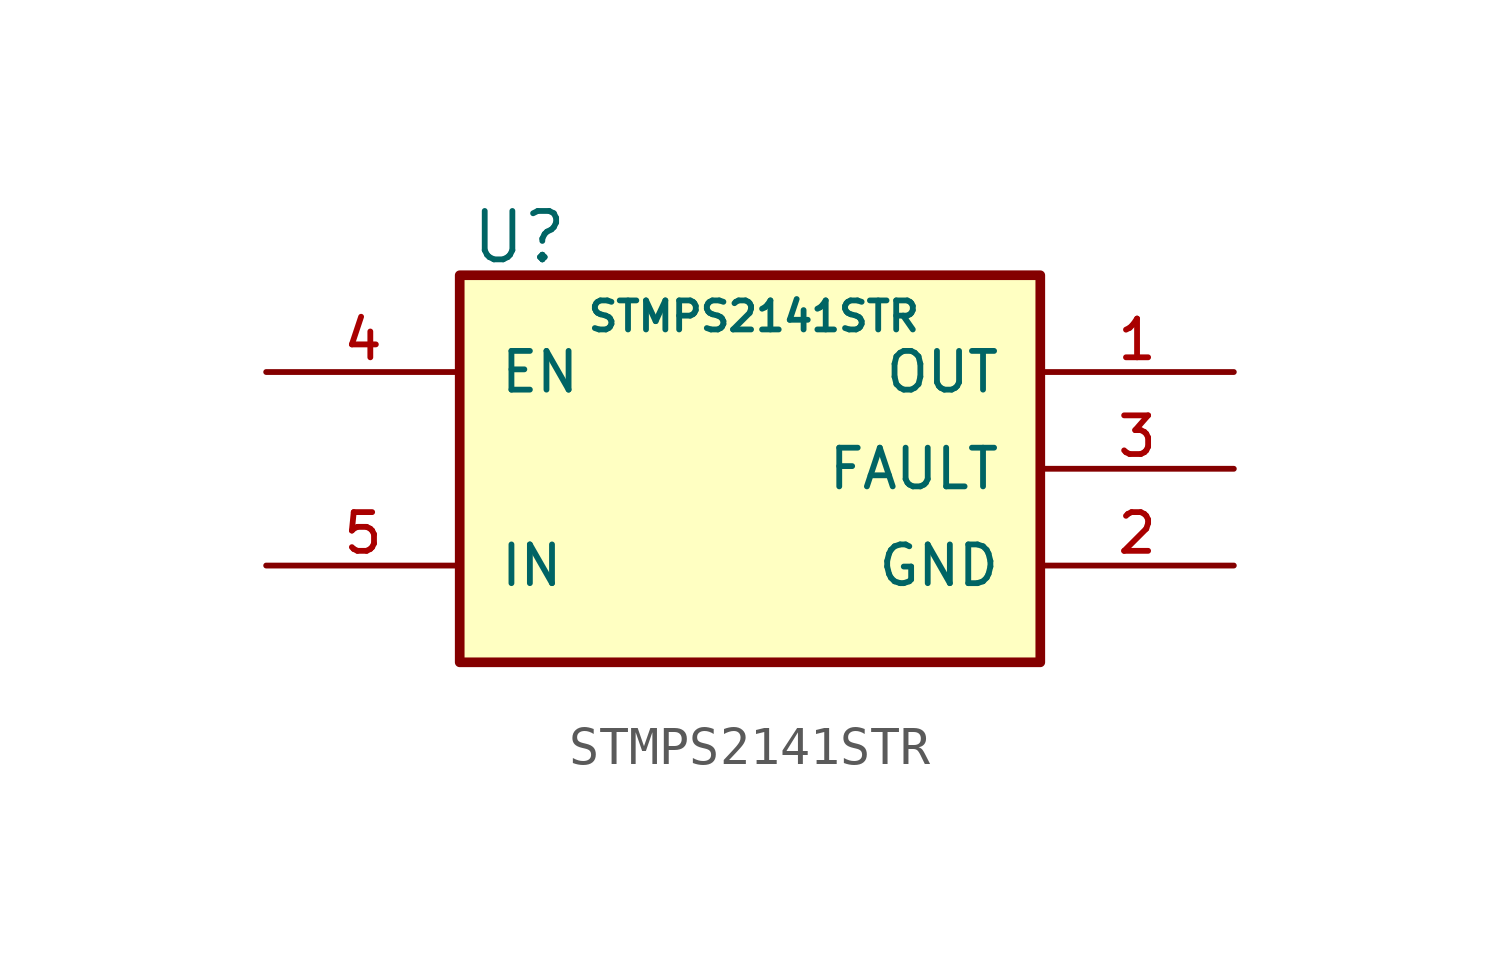
<source format=kicad_sym>
(kicad_symbol_lib
  (version 20211014)
  (generator kicad_symbol_editor)
  (symbol "STMPS2141STR"
    (pin_names
      (offset 1.016))
    (property "Reference" "U"
      (at -7.366 5.334 0)
      (effects (font (size 1.27 1.27)) (justify left bottom)))
    (property "Value" "STMPS2141STR"
      (at -4.318 3.556 0)
      (effects (font (size 0.762 0.762)) (justify left bottom)))
    (symbol "STMPS2141STR_0_0"
      (rectangle (start -7.62 -5.08) (end 7.62 5.08) (stroke (width 0.254) (type default) (color 0 0 0 0)) (fill (type background)))
      (pin power_out line (at 12.7 2.54 180) (length 5.08) (name "OUT" (effects (font (size 1.016 1.016)))) (number "1" (effects (font (size 1.016 1.016)))))
      (pin power_in line (at 12.7 -2.54 180) (length 5.08) (name "GND" (effects (font (size 1.016 1.016)))) (number "2" (effects (font (size 1.016 1.016)))))
      (pin output line (at 12.7 0 180) (length 5.08) (name "FAULT" (effects (font (size 1.016 1.016)))) (number "3" (effects (font (size 1.016 1.016)))))
      (pin input line (at -12.7 2.54 0) (length 5.08) (name "EN" (effects (font (size 1.016 1.016)))) (number "4" (effects (font (size 1.016 1.016)))))
      (pin power_in line (at -12.7 -2.54 0) (length 5.08) (name "IN" (effects (font (size 1.016 1.016)))) (number "5" (effects (font (size 1.016 1.016))))))))
</source>
